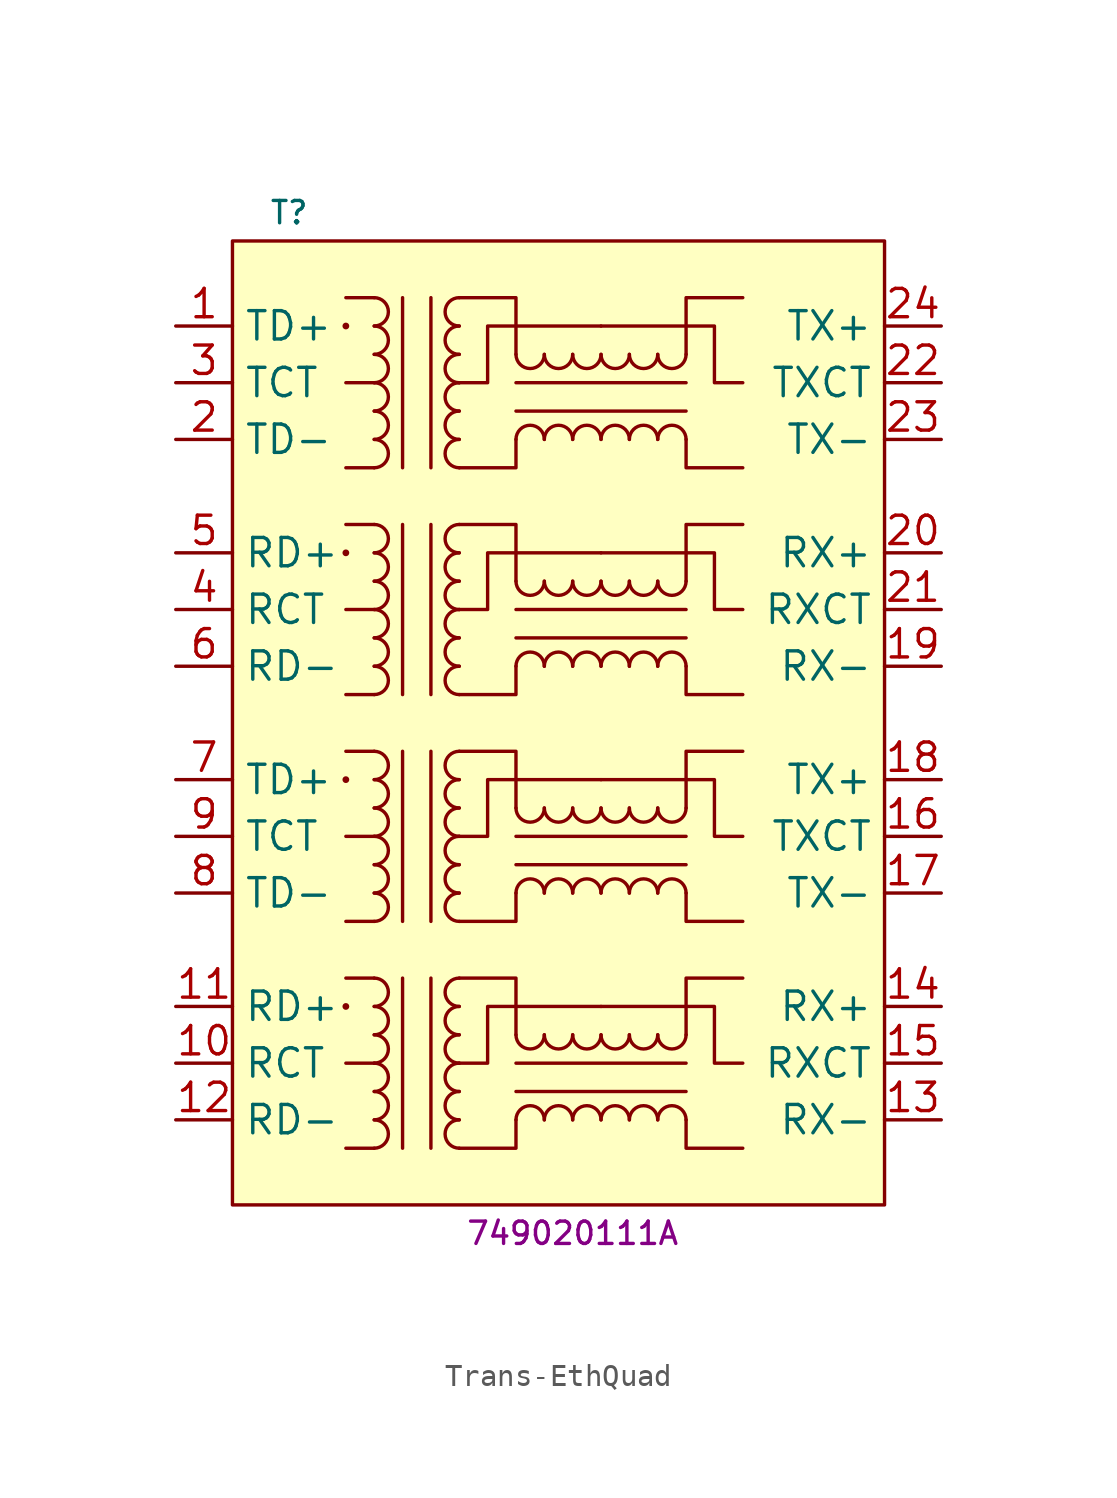
<source format=kicad_sym>
(kicad_symbol_lib
  (version 20220914)
  (generator kicad_symbol_editor)
  (symbol "Trans-EthQuad"
    (property "Reference" "T"
      (at -12.7 22.86 0)
      (effects (font (size 1 1))))
    (property "MPN" "749020111A"
      (at 0 -22.86 0)
      (effects (font (size 1 1))))
    (symbol "Trans-EthQuad_0_1"
      (rectangle (start -15.24 21.59) (end 13.97 -21.59) (stroke (width 0) (type default)) (fill (type background)))
      (circle (center -10.16 -2.54) (radius 0.0001) (stroke (width 0) (type default)) (fill (type none)))
      (circle (center -10.16 17.78) (radius 0.0001) (stroke (width 0) (type default)) (fill (type none)))
      (arc (start -8.89 -6.35) (mid -8.2577 -5.715) (end -8.89 -5.08) (stroke (width 0) (type default)) (fill (type none)))
      (arc (start -8.89 -5.08) (mid -8.2577 -4.445) (end -8.89 -3.81) (stroke (width 0) (type default)) (fill (type none)))
      (arc (start -8.89 -3.81) (mid -8.2577 -3.175) (end -8.89 -2.54) (stroke (width 0) (type default)) (fill (type none)))
      (arc (start -8.89 -2.54) (mid -8.2577 -1.905) (end -8.89 -1.27) (stroke (width 0) (type default)) (fill (type none)))
      (arc (start -8.89 13.97) (mid -8.2577 14.605) (end -8.89 15.24) (stroke (width 0) (type default)) (fill (type none)))
      (arc (start -8.89 15.24) (mid -8.2577 15.875) (end -8.89 16.51) (stroke (width 0) (type default)) (fill (type none)))
      (arc (start -8.89 16.51) (mid -8.2577 17.145) (end -8.89 17.78) (stroke (width 0) (type default)) (fill (type none)))
      (arc (start -8.89 17.78) (mid -8.2577 18.415) (end -8.89 19.05) (stroke (width 0) (type default)) (fill (type none)))
      (polyline (pts (xy -8.89 -8.89) (xy -10.16 -8.89)) (stroke (width 0) (type default)) (fill (type none)))
      (polyline (pts (xy -8.89 -5.08) (xy -10.16 -5.08)) (stroke (width 0) (type default)) (fill (type none)))
      (polyline (pts (xy -8.89 -1.27) (xy -10.16 -1.27)) (stroke (width 0) (type default)) (fill (type none)))
      (polyline (pts (xy -8.89 11.43) (xy -10.16 11.43)) (stroke (width 0) (type default)) (fill (type none)))
      (polyline (pts (xy -8.89 15.24) (xy -10.16 15.24)) (stroke (width 0) (type default)) (fill (type none)))
      (polyline (pts (xy -8.89 19.05) (xy -10.16 19.05)) (stroke (width 0) (type default)) (fill (type none)))
      (polyline (pts (xy -7.62 -1.27) (xy -7.62 -8.89)) (stroke (width 0) (type default)) (fill (type none)))
      (polyline (pts (xy -7.62 19.05) (xy -7.62 11.43)) (stroke (width 0) (type default)) (fill (type none)))
      (polyline (pts (xy -6.35 -8.89) (xy -6.35 -1.27)) (stroke (width 0) (type default)) (fill (type none)))
      (polyline (pts (xy -6.35 11.43) (xy -6.35 19.05)) (stroke (width 0) (type default)) (fill (type none)))
      (polyline (pts (xy -5.08 -8.89) (xy -2.54 -8.89) (xy -2.54 -7.62)) (stroke (width 0) (type default)) (fill (type none)))
      (polyline (pts (xy -5.08 11.43) (xy -2.54 11.43) (xy -2.54 12.7)) (stroke (width 0) (type default)) (fill (type none)))
      (polyline (pts (xy -2.54 -3.81) (xy -2.54 -1.27) (xy -5.08 -1.27)) (stroke (width 0) (type default)) (fill (type none)))
      (polyline (pts (xy -2.54 16.51) (xy -2.54 19.05) (xy -5.08 19.05)) (stroke (width 0) (type default)) (fill (type none)))
      (polyline (pts (xy 5.08 -7.62) (xy 5.08 -8.89) (xy 7.62 -8.89)) (stroke (width 0) (type default)) (fill (type none)))
      (polyline (pts (xy 5.08 -3.81) (xy 5.08 -1.27) (xy 7.62 -1.27)) (stroke (width 0) (type default)) (fill (type none)))
      (polyline (pts (xy 5.08 12.7) (xy 5.08 11.43) (xy 7.62 11.43)) (stroke (width 0) (type default)) (fill (type none)))
      (polyline (pts (xy 5.08 16.51) (xy 5.08 19.05) (xy 7.62 19.05)) (stroke (width 0) (type default)) (fill (type none)))
      (polyline (pts (xy -5.08 -5.08) (xy -3.81 -5.08) (xy -3.81 -2.54) (xy 1.27 -2.54)) (stroke (width 0) (type default)) (fill (type none)))
      (polyline (pts (xy -5.08 15.24) (xy -3.81 15.24) (xy -3.81 17.78) (xy 1.27 17.78)) (stroke (width 0) (type default)) (fill (type none)))
      (polyline (pts (xy 1.27 -2.54) (xy 6.35 -2.54) (xy 6.35 -5.08) (xy 7.62 -5.08)) (stroke (width 0) (type default)) (fill (type none)))
      (polyline (pts (xy 1.27 17.78) (xy 6.35 17.78) (xy 6.35 15.24) (xy 7.62 15.24)) (stroke (width 0) (type default)) (fill (type none))))
    (symbol "Trans-EthQuad_1_1"
      (circle (center -10.16 -12.7) (radius 0.0001) (stroke (width 0) (type default)) (fill (type none)))
      (circle (center -10.16 7.62) (radius 0.0001) (stroke (width 0) (type default)) (fill (type none)))
      (arc (start -8.89 -19.05) (mid -8.2577 -18.415) (end -8.89 -17.78) (stroke (width 0) (type default)) (fill (type none)))
      (arc (start -8.89 -17.78) (mid -8.2577 -17.145) (end -8.89 -16.51) (stroke (width 0) (type default)) (fill (type none)))
      (arc (start -8.89 -16.51) (mid -8.2577 -15.875) (end -8.89 -15.24) (stroke (width 0) (type default)) (fill (type none)))
      (arc (start -8.89 -15.24) (mid -8.2577 -14.605) (end -8.89 -13.97) (stroke (width 0) (type default)) (fill (type none)))
      (arc (start -8.89 -13.97) (mid -8.2577 -13.335) (end -8.89 -12.7) (stroke (width 0) (type default)) (fill (type none)))
      (arc (start -8.89 -12.7) (mid -8.2577 -12.065) (end -8.89 -11.43) (stroke (width 0) (type default)) (fill (type none)))
      (arc (start -8.89 -8.89) (mid -8.2577 -8.255) (end -8.89 -7.62) (stroke (width 0) (type default)) (fill (type none)))
      (arc (start -8.89 -7.62) (mid -8.2577 -6.985) (end -8.89 -6.35) (stroke (width 0) (type default)) (fill (type none)))
      (arc (start -8.89 1.27) (mid -8.2577 1.905) (end -8.89 2.54) (stroke (width 0) (type default)) (fill (type none)))
      (arc (start -8.89 2.54) (mid -8.2577 3.175) (end -8.89 3.81) (stroke (width 0) (type default)) (fill (type none)))
      (arc (start -8.89 3.81) (mid -8.2577 4.445) (end -8.89 5.08) (stroke (width 0) (type default)) (fill (type none)))
      (arc (start -8.89 5.08) (mid -8.2577 5.715) (end -8.89 6.35) (stroke (width 0) (type default)) (fill (type none)))
      (arc (start -8.89 6.35) (mid -8.2577 6.985) (end -8.89 7.62) (stroke (width 0) (type default)) (fill (type none)))
      (arc (start -8.89 7.62) (mid -8.2577 8.255) (end -8.89 8.89) (stroke (width 0) (type default)) (fill (type none)))
      (arc (start -8.89 11.43) (mid -8.2577 12.065) (end -8.89 12.7) (stroke (width 0) (type default)) (fill (type none)))
      (arc (start -8.89 12.7) (mid -8.2577 13.335) (end -8.89 13.97) (stroke (width 0) (type default)) (fill (type none)))
      (arc (start -5.08 -17.78) (mid -5.7123 -18.415) (end -5.08 -19.05) (stroke (width 0) (type default)) (fill (type none)))
      (arc (start -5.08 -16.51) (mid -5.7123 -17.145) (end -5.08 -17.78) (stroke (width 0) (type default)) (fill (type none)))
      (arc (start -5.08 -15.24) (mid -5.7123 -15.875) (end -5.08 -16.51) (stroke (width 0) (type default)) (fill (type none)))
      (arc (start -5.08 -13.97) (mid -5.7123 -14.605) (end -5.08 -15.24) (stroke (width 0) (type default)) (fill (type none)))
      (arc (start -5.08 -12.7) (mid -5.7123 -13.335) (end -5.08 -13.97) (stroke (width 0) (type default)) (fill (type none)))
      (arc (start -5.08 -11.43) (mid -5.7123 -12.065) (end -5.08 -12.7) (stroke (width 0) (type default)) (fill (type none)))
      (arc (start -5.08 -7.62) (mid -5.7123 -8.255) (end -5.08 -8.89) (stroke (width 0) (type default)) (fill (type none)))
      (arc (start -5.08 -6.35) (mid -5.7123 -6.985) (end -5.08 -7.62) (stroke (width 0) (type default)) (fill (type none)))
      (arc (start -5.08 -5.08) (mid -5.7123 -5.715) (end -5.08 -6.35) (stroke (width 0) (type default)) (fill (type none)))
      (arc (start -5.08 -3.81) (mid -5.7123 -4.445) (end -5.08 -5.08) (stroke (width 0) (type default)) (fill (type none)))
      (arc (start -5.08 -2.54) (mid -5.7123 -3.175) (end -5.08 -3.81) (stroke (width 0) (type default)) (fill (type none)))
      (arc (start -5.08 -1.27) (mid -5.7123 -1.905) (end -5.08 -2.54) (stroke (width 0) (type default)) (fill (type none)))
      (arc (start -5.08 2.54) (mid -5.7123 1.905) (end -5.08 1.27) (stroke (width 0) (type default)) (fill (type none)))
      (arc (start -5.08 3.81) (mid -5.7123 3.175) (end -5.08 2.54) (stroke (width 0) (type default)) (fill (type none)))
      (arc (start -5.08 5.08) (mid -5.7123 4.445) (end -5.08 3.81) (stroke (width 0) (type default)) (fill (type none)))
      (arc (start -5.08 6.35) (mid -5.7123 5.715) (end -5.08 5.08) (stroke (width 0) (type default)) (fill (type none)))
      (arc (start -5.08 7.62) (mid -5.7123 6.985) (end -5.08 6.35) (stroke (width 0) (type default)) (fill (type none)))
      (arc (start -5.08 8.89) (mid -5.7123 8.255) (end -5.08 7.62) (stroke (width 0) (type default)) (fill (type none)))
      (arc (start -5.08 12.7) (mid -5.7123 12.065) (end -5.08 11.43) (stroke (width 0) (type default)) (fill (type none)))
      (arc (start -5.08 13.97) (mid -5.7123 13.335) (end -5.08 12.7) (stroke (width 0) (type default)) (fill (type none)))
      (arc (start -5.08 15.24) (mid -5.7123 14.605) (end -5.08 13.97) (stroke (width 0) (type default)) (fill (type none)))
      (arc (start -5.08 16.51) (mid -5.7123 15.875) (end -5.08 15.24) (stroke (width 0) (type default)) (fill (type none)))
      (arc (start -5.08 17.78) (mid -5.7123 17.145) (end -5.08 16.51) (stroke (width 0) (type default)) (fill (type none)))
      (arc (start -5.08 19.05) (mid -5.7123 18.415) (end -5.08 17.78) (stroke (width 0) (type default)) (fill (type none)))
      (arc (start -2.54 -13.97) (mid -1.905 -14.6023) (end -1.27 -13.97) (stroke (width 0) (type default)) (fill (type none)))
      (arc (start -2.54 -3.81) (mid -1.905 -4.4423) (end -1.27 -3.81) (stroke (width 0) (type default)) (fill (type none)))
      (arc (start -2.54 6.35) (mid -1.905 5.7177) (end -1.27 6.35) (stroke (width 0) (type default)) (fill (type none)))
      (arc (start -2.54 16.51) (mid -1.905 15.8777) (end -1.27 16.51) (stroke (width 0) (type default)) (fill (type none)))
      (arc (start -1.27 -17.78) (mid -1.905 -17.1477) (end -2.54 -17.78) (stroke (width 0) (type default)) (fill (type none)))
      (arc (start -1.27 -13.97) (mid -0.635 -14.6023) (end 0 -13.97) (stroke (width 0) (type default)) (fill (type none)))
      (arc (start -1.27 -7.62) (mid -1.905 -6.9877) (end -2.54 -7.62) (stroke (width 0) (type default)) (fill (type none)))
      (arc (start -1.27 -3.81) (mid -0.635 -4.4423) (end 0 -3.81) (stroke (width 0) (type default)) (fill (type none)))
      (arc (start -1.27 2.54) (mid -1.905 3.1723) (end -2.54 2.54) (stroke (width 0) (type default)) (fill (type none)))
      (arc (start -1.27 6.35) (mid -0.635 5.7177) (end 0 6.35) (stroke (width 0) (type default)) (fill (type none)))
      (arc (start -1.27 12.7) (mid -1.905 13.3323) (end -2.54 12.7) (stroke (width 0) (type default)) (fill (type none)))
      (arc (start -1.27 16.51) (mid -0.635 15.8777) (end 0 16.51) (stroke (width 0) (type default)) (fill (type none)))
      (arc (start 0 -17.78) (mid -0.635 -17.1477) (end -1.27 -17.78) (stroke (width 0) (type default)) (fill (type none)))
      (arc (start 0 -13.97) (mid 0.635 -14.6023) (end 1.27 -13.97) (stroke (width 0) (type default)) (fill (type none)))
      (arc (start 0 -7.62) (mid -0.635 -6.9877) (end -1.27 -7.62) (stroke (width 0) (type default)) (fill (type none)))
      (arc (start 0 -3.81) (mid 0.635 -4.4423) (end 1.27 -3.81) (stroke (width 0) (type default)) (fill (type none)))
      (polyline (pts (xy -8.89 -19.05) (xy -10.16 -19.05)) (stroke (width 0) (type default)) (fill (type none)))
      (polyline (pts (xy -8.89 -15.24) (xy -10.16 -15.24)) (stroke (width 0) (type default)) (fill (type none)))
      (polyline (pts (xy -8.89 -11.43) (xy -10.16 -11.43)) (stroke (width 0) (type default)) (fill (type none)))
      (polyline (pts (xy -8.89 1.27) (xy -10.16 1.27)) (stroke (width 0) (type default)) (fill (type none)))
      (polyline (pts (xy -8.89 5.08) (xy -10.16 5.08)) (stroke (width 0) (type default)) (fill (type none)))
      (polyline (pts (xy -8.89 8.89) (xy -10.16 8.89)) (stroke (width 0) (type default)) (fill (type none)))
      (polyline (pts (xy -7.62 -11.43) (xy -7.62 -19.05)) (stroke (width 0) (type default)) (fill (type none)))
      (polyline (pts (xy -7.62 8.89) (xy -7.62 1.27)) (stroke (width 0) (type default)) (fill (type none)))
      (polyline (pts (xy -6.35 -19.05) (xy -6.35 -11.43)) (stroke (width 0) (type default)) (fill (type none)))
      (polyline (pts (xy -6.35 1.27) (xy -6.35 8.89)) (stroke (width 0) (type default)) (fill (type none)))
      (polyline (pts (xy -2.54 -16.51) (xy 5.08 -16.51)) (stroke (width 0) (type default)) (fill (type none)))
      (polyline (pts (xy -2.54 -6.35) (xy 5.08 -6.35)) (stroke (width 0) (type default)) (fill (type none)))
      (polyline (pts (xy -2.54 3.81) (xy 5.08 3.81)) (stroke (width 0) (type default)) (fill (type none)))
      (polyline (pts (xy -2.54 13.97) (xy 5.08 13.97)) (stroke (width 0) (type default)) (fill (type none)))
      (polyline (pts (xy 5.08 -15.24) (xy -2.54 -15.24)) (stroke (width 0) (type default)) (fill (type none)))
      (polyline (pts (xy 5.08 -5.08) (xy -2.54 -5.08)) (stroke (width 0) (type default)) (fill (type none)))
      (polyline (pts (xy 5.08 5.08) (xy -2.54 5.08)) (stroke (width 0) (type default)) (fill (type none)))
      (polyline (pts (xy 5.08 15.24) (xy -2.54 15.24)) (stroke (width 0) (type default)) (fill (type none)))
      (polyline (pts (xy -5.08 -19.05) (xy -2.54 -19.05) (xy -2.54 -17.78)) (stroke (width 0) (type default)) (fill (type none)))
      (polyline (pts (xy -5.08 1.27) (xy -2.54 1.27) (xy -2.54 2.54)) (stroke (width 0) (type default)) (fill (type none)))
      (polyline (pts (xy -2.54 -13.97) (xy -2.54 -11.43) (xy -5.08 -11.43)) (stroke (width 0) (type default)) (fill (type none)))
      (polyline (pts (xy -2.54 6.35) (xy -2.54 8.89) (xy -5.08 8.89)) (stroke (width 0) (type default)) (fill (type none)))
      (polyline (pts (xy 5.08 -17.78) (xy 5.08 -19.05) (xy 7.62 -19.05)) (stroke (width 0) (type default)) (fill (type none)))
      (polyline (pts (xy 5.08 -13.97) (xy 5.08 -11.43) (xy 7.62 -11.43)) (stroke (width 0) (type default)) (fill (type none)))
      (polyline (pts (xy 5.08 2.54) (xy 5.08 1.27) (xy 7.62 1.27)) (stroke (width 0) (type default)) (fill (type none)))
      (polyline (pts (xy 5.08 6.35) (xy 5.08 8.89) (xy 7.62 8.89)) (stroke (width 0) (type default)) (fill (type none)))
      (polyline (pts (xy -5.08 -15.24) (xy -3.81 -15.24) (xy -3.81 -12.7) (xy 1.27 -12.7)) (stroke (width 0) (type default)) (fill (type none)))
      (polyline (pts (xy -5.08 5.08) (xy -3.81 5.08) (xy -3.81 7.62) (xy 1.27 7.62)) (stroke (width 0) (type default)) (fill (type none)))
      (polyline (pts (xy 1.27 -12.7) (xy 6.35 -12.7) (xy 6.35 -15.24) (xy 7.62 -15.24)) (stroke (width 0) (type default)) (fill (type none)))
      (polyline (pts (xy 1.27 7.62) (xy 6.35 7.62) (xy 6.35 5.08) (xy 7.62 5.08)) (stroke (width 0) (type default)) (fill (type none)))
      (arc (start 0 2.54) (mid -0.635 3.1723) (end -1.27 2.54) (stroke (width 0) (type default)) (fill (type none)))
      (arc (start 0 6.35) (mid 0.635 5.7177) (end 1.27 6.35) (stroke (width 0) (type default)) (fill (type none)))
      (arc (start 0 12.7) (mid -0.635 13.3323) (end -1.27 12.7) (stroke (width 0) (type default)) (fill (type none)))
      (arc (start 0 16.51) (mid 0.635 15.8777) (end 1.27 16.51) (stroke (width 0) (type default)) (fill (type none)))
      (arc (start 1.27 -17.78) (mid 0.635 -17.1477) (end 0 -17.78) (stroke (width 0) (type default)) (fill (type none)))
      (arc (start 1.27 -13.97) (mid 1.905 -14.6023) (end 2.54 -13.97) (stroke (width 0) (type default)) (fill (type none)))
      (arc (start 1.27 -7.62) (mid 0.635 -6.9877) (end 0 -7.62) (stroke (width 0) (type default)) (fill (type none)))
      (arc (start 1.27 -3.81) (mid 1.905 -4.4423) (end 2.54 -3.81) (stroke (width 0) (type default)) (fill (type none)))
      (arc (start 1.27 2.54) (mid 0.635 3.1723) (end 0 2.54) (stroke (width 0) (type default)) (fill (type none)))
      (arc (start 1.27 6.35) (mid 1.905 5.7177) (end 2.54 6.35) (stroke (width 0) (type default)) (fill (type none)))
      (arc (start 1.27 12.7) (mid 0.635 13.3323) (end 0 12.7) (stroke (width 0) (type default)) (fill (type none)))
      (arc (start 1.27 16.51) (mid 1.905 15.8777) (end 2.54 16.51) (stroke (width 0) (type default)) (fill (type none)))
      (arc (start 2.54 -17.78) (mid 1.905 -17.1477) (end 1.27 -17.78) (stroke (width 0) (type default)) (fill (type none)))
      (arc (start 2.54 -13.97) (mid 3.175 -14.6023) (end 3.81 -13.97) (stroke (width 0) (type default)) (fill (type none)))
      (arc (start 2.54 -7.62) (mid 1.905 -6.9877) (end 1.27 -7.62) (stroke (width 0) (type default)) (fill (type none)))
      (arc (start 2.54 -3.81) (mid 3.175 -4.4423) (end 3.81 -3.81) (stroke (width 0) (type default)) (fill (type none)))
      (arc (start 2.54 2.54) (mid 1.905 3.1723) (end 1.27 2.54) (stroke (width 0) (type default)) (fill (type none)))
      (arc (start 2.54 6.35) (mid 3.175 5.7177) (end 3.81 6.35) (stroke (width 0) (type default)) (fill (type none)))
      (arc (start 2.54 12.7) (mid 1.905 13.3323) (end 1.27 12.7) (stroke (width 0) (type default)) (fill (type none)))
      (arc (start 2.54 16.51) (mid 3.175 15.8777) (end 3.81 16.51) (stroke (width 0) (type default)) (fill (type none)))
      (arc (start 3.81 -17.78) (mid 3.175 -17.1477) (end 2.54 -17.78) (stroke (width 0) (type default)) (fill (type none)))
      (arc (start 3.81 -13.97) (mid 4.445 -14.6023) (end 5.08 -13.97) (stroke (width 0) (type default)) (fill (type none)))
      (arc (start 3.81 -7.62) (mid 3.175 -6.9877) (end 2.54 -7.62) (stroke (width 0) (type default)) (fill (type none)))
      (arc (start 3.81 -3.81) (mid 4.445 -4.4423) (end 5.08 -3.81) (stroke (width 0) (type default)) (fill (type none)))
      (arc (start 3.81 2.54) (mid 3.175 3.1723) (end 2.54 2.54) (stroke (width 0) (type default)) (fill (type none)))
      (arc (start 3.81 6.35) (mid 4.445 5.7177) (end 5.08 6.35) (stroke (width 0) (type default)) (fill (type none)))
      (arc (start 3.81 12.7) (mid 3.175 13.3323) (end 2.54 12.7) (stroke (width 0) (type default)) (fill (type none)))
      (arc (start 3.81 16.51) (mid 4.445 15.8777) (end 5.08 16.51) (stroke (width 0) (type default)) (fill (type none)))
      (arc (start 5.08 -17.78) (mid 4.445 -17.1477) (end 3.81 -17.78) (stroke (width 0) (type default)) (fill (type none)))
      (arc (start 5.08 -7.62) (mid 4.445 -6.9877) (end 3.81 -7.62) (stroke (width 0) (type default)) (fill (type none)))
      (arc (start 5.08 2.54) (mid 4.445 3.1723) (end 3.81 2.54) (stroke (width 0) (type default)) (fill (type none)))
      (arc (start 5.08 12.7) (mid 4.445 13.3323) (end 3.81 12.7) (stroke (width 0) (type default)) (fill (type none)))
      (pin passive line (at -17.78 17.78 0) (length 2.54) (name "TD+" (effects (font (size 1.27 1.27)))) (number "1" (effects (font (size 1.27 1.27)))))
      (pin passive line (at -17.78 -15.24 0) (length 2.54) (name "RCT" (effects (font (size 1.27 1.27)))) (number "10" (effects (font (size 1.27 1.27)))))
      (pin passive line (at -17.78 -12.7 0) (length 2.54) (name "RD+" (effects (font (size 1.27 1.27)))) (number "11" (effects (font (size 1.27 1.27)))))
      (pin passive line (at -17.78 -17.78 0) (length 2.54) (name "RD-" (effects (font (size 1.27 1.27)))) (number "12" (effects (font (size 1.27 1.27)))))
      (pin passive line (at 16.51 -17.78 180) (length 2.54) (name "RX-" (effects (font (size 1.27 1.27)))) (number "13" (effects (font (size 1.27 1.27)))))
      (pin passive line (at 16.51 -12.7 180) (length 2.54) (name "RX+" (effects (font (size 1.27 1.27)))) (number "14" (effects (font (size 1.27 1.27)))))
      (pin passive line (at 16.51 -15.24 180) (length 2.54) (name "RXCT" (effects (font (size 1.27 1.27)))) (number "15" (effects (font (size 1.27 1.27)))))
      (pin passive line (at 16.51 -5.08 180) (length 2.54) (name "TXCT" (effects (font (size 1.27 1.27)))) (number "16" (effects (font (size 1.27 1.27)))))
      (pin passive line (at 16.51 -7.62 180) (length 2.54) (name "TX-" (effects (font (size 1.27 1.27)))) (number "17" (effects (font (size 1.27 1.27)))))
      (pin passive line (at 16.51 -2.54 180) (length 2.54) (name "TX+" (effects (font (size 1.27 1.27)))) (number "18" (effects (font (size 1.27 1.27)))))
      (pin passive line (at 16.51 2.54 180) (length 2.54) (name "RX-" (effects (font (size 1.27 1.27)))) (number "19" (effects (font (size 1.27 1.27)))))
      (pin passive line (at -17.78 12.7 0) (length 2.54) (name "TD-" (effects (font (size 1.27 1.27)))) (number "2" (effects (font (size 1.27 1.27)))))
      (pin passive line (at 16.51 7.62 180) (length 2.54) (name "RX+" (effects (font (size 1.27 1.27)))) (number "20" (effects (font (size 1.27 1.27)))))
      (pin passive line (at 16.51 5.08 180) (length 2.54) (name "RXCT" (effects (font (size 1.27 1.27)))) (number "21" (effects (font (size 1.27 1.27)))))
      (pin passive line (at 16.51 15.24 180) (length 2.54) (name "TXCT" (effects (font (size 1.27 1.27)))) (number "22" (effects (font (size 1.27 1.27)))))
      (pin passive line (at 16.51 12.7 180) (length 2.54) (name "TX-" (effects (font (size 1.27 1.27)))) (number "23" (effects (font (size 1.27 1.27)))))
      (pin passive line (at 16.51 17.78 180) (length 2.54) (name "TX+" (effects (font (size 1.27 1.27)))) (number "24" (effects (font (size 1.27 1.27)))))
      (pin passive line (at -17.78 15.24 0) (length 2.54) (name "TCT" (effects (font (size 1.27 1.27)))) (number "3" (effects (font (size 1.27 1.27)))))
      (pin passive line (at -17.78 5.08 0) (length 2.54) (name "RCT" (effects (font (size 1.27 1.27)))) (number "4" (effects (font (size 1.27 1.27)))))
      (pin passive line (at -17.78 7.62 0) (length 2.54) (name "RD+" (effects (font (size 1.27 1.27)))) (number "5" (effects (font (size 1.27 1.27)))))
      (pin passive line (at -17.78 2.54 0) (length 2.54) (name "RD-" (effects (font (size 1.27 1.27)))) (number "6" (effects (font (size 1.27 1.27)))))
      (pin passive line (at -17.78 -2.54 0) (length 2.54) (name "TD+" (effects (font (size 1.27 1.27)))) (number "7" (effects (font (size 1.27 1.27)))))
      (pin passive line (at -17.78 -7.62 0) (length 2.54) (name "TD-" (effects (font (size 1.27 1.27)))) (number "8" (effects (font (size 1.27 1.27)))))
      (pin passive line (at -17.78 -5.08 0) (length 2.54) (name "TCT" (effects (font (size 1.27 1.27)))) (number "9" (effects (font (size 1.27 1.27))))))))
</source>
